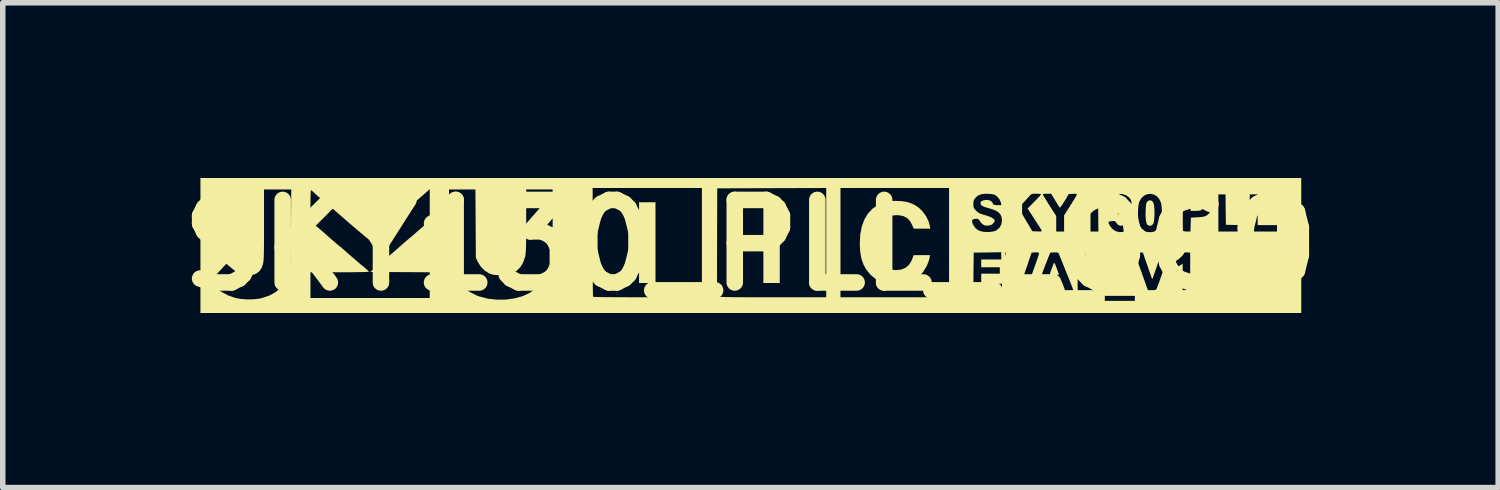
<source format=kicad_pcb>
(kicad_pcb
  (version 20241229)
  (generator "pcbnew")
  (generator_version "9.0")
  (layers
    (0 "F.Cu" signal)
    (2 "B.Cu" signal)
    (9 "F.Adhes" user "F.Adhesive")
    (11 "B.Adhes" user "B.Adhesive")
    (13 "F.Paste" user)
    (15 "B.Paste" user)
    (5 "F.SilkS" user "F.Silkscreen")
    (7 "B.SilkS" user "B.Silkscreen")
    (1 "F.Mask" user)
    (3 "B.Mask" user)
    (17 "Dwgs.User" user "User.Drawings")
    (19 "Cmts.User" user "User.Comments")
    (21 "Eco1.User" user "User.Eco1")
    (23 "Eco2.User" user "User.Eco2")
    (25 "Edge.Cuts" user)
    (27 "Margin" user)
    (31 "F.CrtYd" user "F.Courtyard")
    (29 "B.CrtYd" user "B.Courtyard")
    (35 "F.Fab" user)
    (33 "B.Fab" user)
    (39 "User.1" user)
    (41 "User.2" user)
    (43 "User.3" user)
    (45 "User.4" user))
  (footprint "SKY130_PLL_LOGO"
    (layer "F.Cu")
    (at 10.586 1.404)
    (property "Reference" "SKY130_PLL_LOGO" (at 0 0 0) (layer "F.SilkS") (effects (font (size 1.5 1.5) (thickness 0.3))))
    (attr board_only exclude_from_pos_files exclude_from_bom)
    (fp_poly (pts (xy -1.726 -0.045) (xy -1.726 0.688) (xy -1.875 0.688) (xy -2.025 0.688) (xy -2.025 -0.045) (xy -2.025 -0.779) (xy -1.875 -0.779) (xy -1.726 -0.779)) (stroke (width 0) (type solid)) (fill yes) (layer "F.SilkS"))
    (fp_poly (pts (xy 0.532 -0.045) (xy 0.532 0.688) (xy 0.383 0.688) (xy 0.234 0.688) (xy 0.234 -0.045) (xy 0.234 -0.779) (xy 0.383 -0.779) (xy 0.532 -0.779)) (stroke (width 0) (type solid)) (fill yes) (layer "F.SilkS"))
    (fp_poly (pts (xy 8.142 -0.804) (xy 8.174 -0.8) (xy 8.194 -0.792) (xy 8.21 -0.776) (xy 8.215 -0.771) (xy 8.238 -0.729) (xy 8.236 -0.692) (xy 8.21 -0.655) (xy 8.21 -0.655) (xy 8.189 -0.638) (xy 8.166 -0.628) (xy 8.131 -0.624) (xy 8.087 -0.623) (xy 7.995 -0.623) (xy 7.995 -0.714) (xy 7.995 -0.805) (xy 8.091 -0.805)) (stroke (width 0) (type solid)) (fill yes) (layer "F.SilkS"))
    (fp_poly (pts (xy 5.521 0.321) (xy 5.529 0.334) (xy 5.542 0.362) (xy 5.559 0.407) (xy 5.583 0.472) (xy 5.604 0.529) (xy 5.6 0.538) (xy 5.576 0.543) (xy 5.531 0.545) (xy 5.524 0.545) (xy 5.481 0.543) (xy 5.45 0.539) (xy 5.438 0.533) (xy 5.443 0.514) (xy 5.454 0.479) (xy 5.469 0.435) (xy 5.486 0.39) (xy 5.502 0.351) (xy 5.513 0.325) (xy 5.516 0.321)) (stroke (width 0) (type solid)) (fill yes) (layer "F.SilkS"))
    (fp_poly (pts (xy 7.279 -0.812) (xy 7.31 -0.788) (xy 7.32 -0.772) (xy 7.33 -0.737) (xy 7.337 -0.685) (xy 7.34 -0.621) (xy 7.34 -0.554) (xy 7.337 -0.489) (xy 7.33 -0.433) (xy 7.321 -0.394) (xy 7.316 -0.385) (xy 7.286 -0.357) (xy 7.249 -0.351) (xy 7.214 -0.367) (xy 7.212 -0.37) (xy 7.194 -0.403) (xy 7.183 -0.461) (xy 7.178 -0.543) (xy 7.18 -0.635) (xy 7.183 -0.699) (xy 7.188 -0.742) (xy 7.196 -0.77) (xy 7.208 -0.789) (xy 7.21 -0.791) (xy 7.244 -0.814)) (stroke (width 0) (type solid)) (fill yes) (layer "F.SilkS"))
    (fp_poly (pts (xy 2.74 -0.8) (xy 2.829 -0.787) (xy 2.909 -0.764) (xy 2.981 -0.731) (xy 3.06 -0.679) (xy 3.132 -0.606) (xy 3.193 -0.521) (xy 3.237 -0.429) (xy 3.256 -0.36) (xy 3.267 -0.299) (xy 3.117 -0.299) (xy 2.966 -0.299) (xy 2.941 -0.358) (xy 2.9 -0.436) (xy 2.847 -0.491) (xy 2.78 -0.527) (xy 2.697 -0.543) (xy 2.654 -0.545) (xy 2.569 -0.537) (xy 2.5 -0.515) (xy 2.441 -0.473) (xy 2.41 -0.441) (xy 2.372 -0.391) (xy 2.344 -0.342) (xy 2.325 -0.287) (xy 2.312 -0.221) (xy 2.306 -0.14) (xy 2.304 -0.045) (xy 2.306 0.054) (xy 2.311 0.132) (xy 2.321 0.195) (xy 2.339 0.247) (xy 2.364 0.292) (xy 2.398 0.337) (xy 2.405 0.345) (xy 2.465 0.402) (xy 2.531 0.437) (xy 2.608 0.452) (xy 2.648 0.454) (xy 2.74 0.443) (xy 2.817 0.411) (xy 2.879 0.359) (xy 2.926 0.284) (xy 2.94 0.248) (xy 2.964 0.182) (xy 3.113 0.182) (xy 3.261 0.182) (xy 3.252 0.237) (xy 3.242 0.276) (xy 3.224 0.327) (xy 3.201 0.381) (xy 3.198 0.387) (xy 3.137 0.487) (xy 3.058 0.573) (xy 2.967 0.641) (xy 2.931 0.66) (xy 2.847 0.693) (xy 2.755 0.714) (xy 2.663 0.725) (xy 2.58 0.722) (xy 2.563 0.719) (xy 2.536 0.713) (xy 2.495 0.705) (xy 2.466 0.699) (xy 2.365 0.667) (xy 2.269 0.612) (xy 2.181 0.539) (xy 2.176 0.533) (xy 2.106 0.447) (xy 2.053 0.353) (xy 2.016 0.247) (xy 1.994 0.126) (xy 1.986 -0.014) (xy 1.986 -0.039) (xy 1.995 -0.198) (xy 2.023 -0.341) (xy 2.069 -0.465) (xy 2.132 -0.572) (xy 2.214 -0.66) (xy 2.313 -0.729) (xy 2.411 -0.773) (xy 2.461 -0.789) (xy 2.51 -0.798) (xy 2.566 -0.803) (xy 2.635 -0.804)) (stroke (width 0) (type solid)) (fill yes) (layer "F.SilkS"))
    (fp_poly (pts (xy 10.007 0.006) (xy 10.007 1.233) (xy 0.006 1.233) (xy -9.994 1.233) (xy -9.994 0.668) (xy -9.826 0.668) (xy -9.732 0.756) (xy -9.617 0.846) (xy -9.488 0.915) (xy -9.357 0.96) (xy -9.258 0.978) (xy -9.146 0.986) (xy -9.031 0.984) (xy -8.923 0.972) (xy -8.872 0.961) (xy -8.871 0.96) (xy -7.995 0.96) (xy -6.911 0.96) (xy -5.828 0.96) (xy -5.828 0.727) (xy -5.828 0.493) (xy -6.368 0.49) (xy -6.908 0.487) (xy -6.696 0.306) (xy -6.629 0.248) (xy -6.564 0.193) (xy -6.507 0.144) (xy -6.46 0.104) (xy -6.428 0.076) (xy -6.424 0.072) (xy -6.337 -0.004) (xy -6.269 -0.064) (xy -6.217 -0.108) (xy -6.181 -0.138) (xy -6.16 -0.155) (xy -6.16 -0.155) (xy -6.134 -0.176) (xy -6.12 -0.189) (xy -6.105 -0.202) (xy -6.076 -0.229) (xy -6.034 -0.265) (xy -5.984 -0.308) (xy -5.967 -0.323) (xy -5.828 -0.443) (xy -5.828 -0.73) (xy -5.828 -1.012) (xy -5.478 -1.012) (xy -5.474 -0.36) (xy -5.47 0.292) (xy -5.433 0.402) (xy -5.375 0.544) (xy -5.3 0.666) (xy -5.21 0.768) (xy -5.102 0.85) (xy -4.977 0.914) (xy -4.922 0.934) (xy -4.769 0.973) (xy -4.606 0.991) (xy -4.439 0.989) (xy -4.283 0.966) (xy -4.145 0.929) (xy -4.024 0.875) (xy -3.917 0.803) (xy -3.828 0.719) (xy -3.764 0.641) (xy -3.714 0.556) (xy -3.672 0.456) (xy -3.666 0.44) (xy -3.65 0.39) (xy -3.636 0.342) (xy -3.625 0.291) (xy -3.616 0.235) (xy -3.609 0.171) (xy -3.604 0.098) (xy -3.6 0.01) (xy -3.598 -0.093) (xy -3.596 -0.214) (xy -3.595 -0.358) (xy -3.595 -0.458) (xy -3.595 -1.012) (xy -3.835 -1.012) (xy -4.075 -1.012) (xy -4.075 -0.438) (xy -4.076 -0.294) (xy -4.076 -0.174) (xy -4.077 -0.076) (xy -4.078 0.004) (xy -4.08 0.068) (xy -4.083 0.118) (xy -4.086 0.157) (xy -4.09 0.187) (xy -4.095 0.211) (xy -4.095 0.214) (xy -4.132 0.318) (xy -4.182 0.401) (xy -4.249 0.467) (xy -4.334 0.518) (xy -4.337 0.519) (xy -4.37 0.531) (xy -4.407 0.539) (xy -4.457 0.543) (xy -4.524 0.545) (xy -4.536 0.545) (xy -4.603 0.544) (xy -4.651 0.541) (xy -4.687 0.535) (xy -4.72 0.525) (xy -4.75 0.512) (xy -4.833 0.46) (xy -4.903 0.387) (xy -4.957 0.299) (xy -4.99 0.227) (xy -4.994 -0.393) (xy -4.998 -1.012) (xy -5.238 -1.012) (xy -5.478 -1.012) (xy -5.828 -1.012) (xy -5.828 -1.017) (xy -5.863 -0.985) (xy -5.892 -0.96) (xy -5.931 -0.925) (xy -5.965 -0.896) (xy -6.006 -0.86) (xy -6.057 -0.816) (xy -6.111 -0.77) (xy -6.132 -0.753) (xy -6.187 -0.706) (xy -6.246 -0.656) (xy -6.298 -0.61) (xy -6.313 -0.597) (xy -6.362 -0.554) (xy -6.413 -0.51) (xy -6.456 -0.473) (xy -6.458 -0.472) (xy -6.489 -0.446) (xy -6.534 -0.407) (xy -6.591 -0.358) (xy -6.653 -0.305) (xy -6.71 -0.255) (xy -6.769 -0.204) (xy -6.822 -0.16) (xy -6.866 -0.124) (xy -6.896 -0.101) (xy -6.911 -0.092) (xy -6.911 -0.092) (xy -6.927 -0.099) (xy -6.956 -0.12) (xy -6.994 -0.15) (xy -7.009 -0.162) (xy -7.059 -0.205) (xy -7.112 -0.249) (xy -7.156 -0.286) (xy -7.159 -0.289) (xy -7.187 -0.312) (xy -7.231 -0.35) (xy -7.287 -0.398) (xy -7.353 -0.456) (xy -7.425 -0.518) (xy -7.494 -0.578) (xy -7.568 -0.642) (xy -7.638 -0.702) (xy -7.701 -0.756) (xy -7.755 -0.802) (xy -7.795 -0.835) (xy -7.817 -0.854) (xy -7.86 -0.89) (xy -7.906 -0.931) (xy -7.924 -0.948) (xy -7.954 -0.976) (xy -7.977 -0.995) (xy -7.986 -0.999) (xy -7.989 -0.987) (xy -7.991 -0.952) (xy -7.993 -0.899) (xy -7.994 -0.831) (xy -7.995 -0.752) (xy -7.995 -0.717) (xy -7.995 -0.434) (xy -7.895 -0.35) (xy -7.841 -0.305) (xy -7.785 -0.257) (xy -7.736 -0.214) (xy -7.721 -0.201) (xy -7.633 -0.123) (xy -7.562 -0.061) (xy -7.509 -0.016) (xy -7.473 0.013) (xy -7.458 0.025) (xy -7.434 0.043) (xy -7.424 0.053) (xy -7.413 0.063) (xy -7.386 0.087) (xy -7.347 0.121) (xy -7.3 0.162) (xy -7.249 0.206) (xy -7.198 0.251) (xy -7.15 0.292) (xy -7.109 0.327) (xy -7.082 0.35) (xy -7.018 0.402) (xy -6.974 0.441) (xy -6.946 0.466) (xy -6.934 0.48) (xy -6.933 0.482) (xy -6.945 0.484) (xy -6.979 0.487) (xy -7.035 0.489) (xy -7.108 0.49) (xy -7.197 0.492) (xy -7.298 0.493) (xy -7.409 0.493) (xy -7.462 0.493) (xy -7.995 0.493) (xy -7.995 0.727) (xy -7.995 0.96) (xy -8.871 0.96) (xy -8.743 0.917) (xy -8.632 0.856) (xy -8.54 0.777) (xy -8.466 0.679) (xy -8.409 0.562) (xy -8.377 0.461) (xy -8.372 0.438) (xy -8.368 0.412) (xy -8.364 0.382) (xy -8.361 0.343) (xy -8.358 0.295) (xy -8.356 0.234) (xy -8.354 0.159) (xy -8.353 0.067) (xy -8.351 -0.044) (xy -8.35 -0.176) (xy -8.349 -0.321) (xy -8.344 -1.012) (xy -8.591 -1.012) (xy -8.839 -1.012) (xy -8.839 -0.366) (xy -8.839 -0.216) (xy -8.839 -0.09) (xy -8.84 0.015) (xy -8.841 0.101) (xy -8.842 0.17) (xy -8.844 0.225) (xy -8.847 0.268) (xy -8.85 0.301) (xy -8.854 0.326) (xy -8.858 0.346) (xy -8.86 0.351) (xy -8.885 0.419) (xy -8.916 0.467) (xy -8.959 0.503) (xy -8.989 0.52) (xy -9.026 0.535) (xy -9.061 0.543) (xy -9.105 0.544) (xy -9.148 0.542) (xy -9.207 0.537) (xy -9.256 0.526) (xy -9.302 0.507) (xy -9.35 0.477) (xy -9.409 0.433) (xy -9.431 0.415) (xy -9.524 0.339) (xy -9.587 0.407) (xy -9.625 0.448) (xy -9.672 0.5) (xy -9.721 0.552) (xy -9.738 0.572) (xy -9.826 0.668) (xy -9.994 0.668) (xy -9.994 0.006) (xy -9.994 -1.038) (xy -2.868 -1.038) (xy -2.868 -0.054) (xy -2.868 0.103) (xy -2.868 0.253) (xy -2.867 0.394) (xy -2.867 0.523) (xy -2.866 0.638) (xy -2.865 0.737) (xy -2.864 0.819) (xy -2.863 0.881) (xy -2.861 0.922) (xy -2.86 0.939) (xy -2.86 0.939) (xy -2.846 0.94) (xy -2.808 0.942) (xy -2.748 0.943) (xy -2.668 0.944) (xy -2.57 0.945) (xy -2.457 0.946) (xy -2.329 0.946) (xy -2.19 0.947) (xy -2.041 0.947) (xy -1.884 0.947) (xy -1.867 0.947) (xy -0.883 0.947) (xy -0.883 0.388) (xy -0.608 0.388) (xy -0.608 0.517) (xy -0.607 0.631) (xy -0.607 0.731) (xy -0.607 0.813) (xy -0.606 0.875) (xy -0.605 0.915) (xy -0.604 0.931) (xy -0.604 0.931) (xy -0.598 0.934) (xy -0.581 0.937) (xy -0.551 0.939) (xy -0.508 0.941) (xy -0.45 0.943) (xy -0.375 0.944) (xy -0.282 0.946) (xy -0.169 0.946) (xy -0.035 0.947) (xy 0.121 0.947) (xy 0.3 0.947) (xy 0.389 0.947) (xy 1.376 0.947) (xy 1.376 -0.046) (xy 1.376 -1.038) (xy 1.635 -1.038) (xy 1.635 -0.045) (xy 1.635 0.947) (xy 2.622 0.947) (xy 3.608 0.947) (xy 3.608 0.922) (xy 6.438 0.922) (xy 6.438 0.967) (xy 6.438 1.012) (xy 6.71 1.012) (xy 6.983 1.012) (xy 6.983 0.967) (xy 6.983 0.922) (xy 6.71 0.922) (xy 6.438 0.922) (xy 3.608 0.922) (xy 3.608 0.818) (xy 4.049 0.818) (xy 4.309 0.818) (xy 4.569 0.818) (xy 4.569 0.759) (xy 4.569 0.701) (xy 4.38 0.701) (xy 4.192 0.701) (xy 4.192 0.61) (xy 4.192 0.519) (xy 4.361 0.519) (xy 4.53 0.519) (xy 4.53 0.461) (xy 4.53 0.402) (xy 4.361 0.402) (xy 4.192 0.402) (xy 4.192 0.331) (xy 4.192 0.26) (xy 4.374 0.26) (xy 4.556 0.26) (xy 4.556 0.194) (xy 4.556 0.137) (xy 4.621 0.137) (xy 4.625 0.151) (xy 4.637 0.186) (xy 4.655 0.24) (xy 4.679 0.308) (xy 4.707 0.387) (xy 4.738 0.475) (xy 4.74 0.482) (xy 4.86 0.819) (xy 4.937 0.815) (xy 5.014 0.811) (xy 5.017 0.804) (xy 5.192 0.804) (xy 5.204 0.812) (xy 5.236 0.817) (xy 5.262 0.818) (xy 5.332 0.818) (xy 5.357 0.743) (xy 5.382 0.668) (xy 5.519 0.665) (xy 5.655 0.661) (xy 5.685 0.739) (xy 5.714 0.818) (xy 5.79 0.818) (xy 5.865 0.818) (xy 5.848 0.769) (xy 5.839 0.747) (xy 5.823 0.705) (xy 5.8 0.648) (xy 5.773 0.58) (xy 5.742 0.504) (xy 5.711 0.426) (xy 5.68 0.349) (xy 5.652 0.278) (xy 5.627 0.217) (xy 5.608 0.17) (xy 5.598 0.145) (xy 5.592 0.141) (xy 5.944 0.141) (xy 5.944 0.48) (xy 5.944 0.818) (xy 6.185 0.818) (xy 6.425 0.818) (xy 6.425 0.759) (xy 6.425 0.701) (xy 6.256 0.701) (xy 6.088 0.701) (xy 6.084 0.425) (xy 6.081 0.149) (xy 6.013 0.145) (xy 5.944 0.141) (xy 5.592 0.141) (xy 5.588 0.139) (xy 6.982 0.139) (xy 6.987 0.153) (xy 6.998 0.189) (xy 7.017 0.243) (xy 7.04 0.311) (xy 7.068 0.391) (xy 7.099 0.478) (xy 7.101 0.483) (xy 7.22 0.818) (xy 7.294 0.818) (xy 7.337 0.817) (xy 7.361 0.812) (xy 7.375 0.799) (xy 7.383 0.782) (xy 7.398 0.743) (xy 7.419 0.688) (xy 7.443 0.621) (xy 7.469 0.547) (xy 7.497 0.469) (xy 7.524 0.391) (xy 7.533 0.365) (xy 7.684 0.365) (xy 7.688 0.398) (xy 7.701 0.414) (xy 7.727 0.411) (xy 7.769 0.391) (xy 7.791 0.377) (xy 7.852 0.338) (xy 7.852 0.579) (xy 7.852 0.819) (xy 7.92 0.815) (xy 7.989 0.811) (xy 7.989 0.474) (xy 7.989 0.136) (xy 7.933 0.132) (xy 7.899 0.133) (xy 7.88 0.138) (xy 7.878 0.142) (xy 7.869 0.163) (xy 7.844 0.194) (xy 7.809 0.229) (xy 7.77 0.261) (xy 7.74 0.281) (xy 7.706 0.303) (xy 7.689 0.322) (xy 7.684 0.348) (xy 7.684 0.365) (xy 7.533 0.365) (xy 7.55 0.318) (xy 7.572 0.253) (xy 7.59 0.2) (xy 7.601 0.164) (xy 7.606 0.148) (xy 7.606 0.148) (xy 7.597 0.136) (xy 7.569 0.131) (xy 7.538 0.13) (xy 7.469 0.13) (xy 7.386 0.377) (xy 7.361 0.451) (xy 7.338 0.516) (xy 7.32 0.568) (xy 7.306 0.604) (xy 7.3 0.619) (xy 7.299 0.619) (xy 7.294 0.606) (xy 7.282 0.573) (xy 7.264 0.522) (xy 7.241 0.458) (xy 7.216 0.385) (xy 7.213 0.376) (xy 7.13 0.136) (xy 7.056 0.132) (xy 7.016 0.132) (xy 6.99 0.135) (xy 6.982 0.139) (xy 5.588 0.139) (xy 5.582 0.135) (xy 5.544 0.132) (xy 5.519 0.132) (xy 5.447 0.136) (xy 5.423 0.195) (xy 5.383 0.296) (xy 5.344 0.396) (xy 5.307 0.492) (xy 5.274 0.58) (xy 5.244 0.658) (xy 5.22 0.722) (xy 5.203 0.769) (xy 5.193 0.797) (xy 5.192 0.804) (xy 5.017 0.804) (xy 5.069 0.655) (xy 5.097 0.578) (xy 5.128 0.488) (xy 5.16 0.398) (xy 5.184 0.332) (xy 5.206 0.269) (xy 5.224 0.215) (xy 5.237 0.173) (xy 5.243 0.149) (xy 5.244 0.147) (xy 5.237 0.136) (xy 5.213 0.132) (xy 5.175 0.132) (xy 5.107 0.136) (xy 5.024 0.383) (xy 4.998 0.456) (xy 4.976 0.52) (xy 4.957 0.57) (xy 4.943 0.604) (xy 4.936 0.616) (xy 4.935 0.616) (xy 4.93 0.6) (xy 4.917 0.564) (xy 4.899 0.511) (xy 4.876 0.446) (xy 4.851 0.373) (xy 4.85 0.37) (xy 4.769 0.136) (xy 4.695 0.132) (xy 4.655 0.132) (xy 4.628 0.134) (xy 4.621 0.137) (xy 4.556 0.137) (xy 4.556 0.129) (xy 4.306 0.133) (xy 4.056 0.136) (xy 4.052 0.477) (xy 4.049 0.818) (xy 3.608 0.818) (xy 3.608 -0.045) (xy 3.608 -0.429) (xy 4.025 -0.429) (xy 4.039 -0.384) (xy 4.049 -0.364) (xy 4.09 -0.306) (xy 4.146 -0.266) (xy 4.217 -0.244) (xy 4.308 -0.238) (xy 4.323 -0.238) (xy 4.394 -0.245) (xy 4.402 -0.247) (xy 4.685 -0.247) (xy 4.757 -0.247) (xy 4.828 -0.247) (xy 4.828 -0.348) (xy 4.828 -0.449) (xy 4.884 -0.504) (xy 4.94 -0.559) (xy 5.03 -0.406) (xy 5.121 -0.253) (xy 5.21 -0.249) (xy 5.257 -0.248) (xy 5.283 -0.25) (xy 5.292 -0.256) (xy 5.291 -0.265) (xy 5.282 -0.281) (xy 5.261 -0.316) (xy 5.231 -0.364) (xy 5.193 -0.422) (xy 5.159 -0.474) (xy 5.035 -0.665) (xy 5.155 -0.787) (xy 5.201 -0.834) (xy 5.239 -0.874) (xy 5.266 -0.904) (xy 5.279 -0.92) (xy 5.312 -0.92) (xy 5.313 -0.916) (xy 5.322 -0.9) (xy 5.342 -0.866) (xy 5.372 -0.818) (xy 5.408 -0.76) (xy 5.437 -0.714) (xy 5.555 -0.529) (xy 5.555 -0.388) (xy 5.555 -0.247) (xy 5.626 -0.247) (xy 5.698 -0.247) (xy 5.698 -0.394) (xy 5.698 -0.541) (xy 5.799 -0.7) (xy 6.009 -0.7) (xy 6.013 -0.666) (xy 6.027 -0.65) (xy 6.053 -0.653) (xy 6.094 -0.674) (xy 6.117 -0.688) (xy 6.178 -0.726) (xy 6.178 -0.486) (xy 6.178 -0.247) (xy 6.25 -0.247) (xy 6.321 -0.247) (xy 6.319 -0.423) (xy 6.505 -0.423) (xy 6.506 -0.407) (xy 6.517 -0.377) (xy 6.529 -0.354) (xy 6.574 -0.295) (xy 6.633 -0.255) (xy 6.701 -0.236) (xy 6.773 -0.24) (xy 6.841 -0.264) (xy 6.897 -0.306) (xy 6.935 -0.36) (xy 6.954 -0.422) (xy 6.953 -0.486) (xy 6.931 -0.542) (xy 6.915 -0.562) (xy 7.041 -0.562) (xy 7.045 -0.485) (xy 7.054 -0.418) (xy 7.067 -0.367) (xy 7.07 -0.362) (xy 7.108 -0.303) (xy 7.16 -0.258) (xy 7.19 -0.243) (xy 7.228 -0.236) (xy 7.276 -0.236) (xy 7.319 -0.242) (xy 7.337 -0.248) (xy 7.398 -0.293) (xy 7.442 -0.356) (xy 7.457 -0.394) (xy 7.464 -0.432) (xy 7.854 -0.432) (xy 7.855 -0.363) (xy 7.856 -0.309) (xy 7.857 -0.274) (xy 7.858 -0.263) (xy 7.875 -0.252) (xy 7.913 -0.247) (xy 7.929 -0.247) (xy 7.994 -0.247) (xy 7.998 -0.373) (xy 8.002 -0.5) (xy 8.127 -0.506) (xy 8.199 -0.512) (xy 8.251 -0.522) (xy 8.29 -0.54) (xy 8.323 -0.568) (xy 8.351 -0.602) (xy 8.371 -0.647) (xy 8.379 -0.705) (xy 8.375 -0.767) (xy 8.359 -0.821) (xy 8.348 -0.841) (xy 8.323 -0.872) (xy 8.296 -0.894) (xy 8.263 -0.91) (xy 8.218 -0.92) (xy 8.198 -0.922) (xy 8.501 -0.922) (xy 8.501 -0.584) (xy 8.501 -0.247) (xy 8.741 -0.247) (xy 8.982 -0.247) (xy 8.982 -0.305) (xy 8.982 -0.363) (xy 8.81 -0.366) (xy 8.638 -0.37) (xy 8.634 -0.646) (xy 8.631 -0.922) (xy 9.072 -0.922) (xy 9.072 -0.584) (xy 9.072 -0.247) (xy 9.319 -0.247) (xy 9.566 -0.247) (xy 9.566 -0.305) (xy 9.566 -0.363) (xy 9.39 -0.363) (xy 9.215 -0.363) (xy 9.215 -0.642) (xy 9.215 -0.922) (xy 9.144 -0.922) (xy 9.072 -0.922) (xy 8.631 -0.922) (xy 8.566 -0.922) (xy 8.501 -0.922) (xy 8.198 -0.922) (xy 8.159 -0.925) (xy 8.079 -0.927) (xy 8.047 -0.927) (xy 7.859 -0.928) (xy 7.855 -0.604) (xy 7.855 -0.514) (xy 7.854 -0.432) (xy 7.464 -0.432) (xy 7.468 -0.453) (xy 7.474 -0.527) (xy 7.475 -0.608) (xy 7.471 -0.686) (xy 7.462 -0.753) (xy 7.456 -0.775) (xy 7.425 -0.842) (xy 7.381 -0.89) (xy 7.327 -0.92) (xy 7.267 -0.932) (xy 7.208 -0.925) (xy 7.152 -0.9) (xy 7.103 -0.856) (xy 7.068 -0.794) (xy 7.059 -0.77) (xy 7.048 -0.712) (xy 7.042 -0.64) (xy 7.041 -0.562) (xy 6.915 -0.562) (xy 6.905 -0.574) (xy 6.876 -0.597) (xy 6.873 -0.599) (xy 6.841 -0.614) (xy 6.879 -0.651) (xy 6.915 -0.702) (xy 6.926 -0.758) (xy 6.916 -0.812) (xy 6.883 -0.863) (xy 6.83 -0.903) (xy 6.827 -0.905) (xy 6.757 -0.929) (xy 6.688 -0.93) (xy 6.624 -0.909) (xy 6.571 -0.868) (xy 6.54 -0.824) (xy 6.524 -0.79) (xy 6.517 -0.765) (xy 6.519 -0.758) (xy 6.536 -0.751) (xy 6.569 -0.742) (xy 6.581 -0.74) (xy 6.615 -0.735) (xy 6.633 -0.74) (xy 6.644 -0.757) (xy 6.647 -0.764) (xy 6.667 -0.8) (xy 6.698 -0.815) (xy 6.724 -0.817) (xy 6.762 -0.809) (xy 6.783 -0.782) (xy 6.788 -0.744) (xy 6.777 -0.703) (xy 6.747 -0.673) (xy 6.707 -0.662) (xy 6.688 -0.657) (xy 6.684 -0.651) (xy 6.682 -0.631) (xy 6.676 -0.599) (xy 6.676 -0.599) (xy 6.672 -0.573) (xy 6.679 -0.561) (xy 6.703 -0.558) (xy 6.72 -0.558) (xy 6.77 -0.549) (xy 6.802 -0.522) (xy 6.816 -0.476) (xy 6.818 -0.454) (xy 6.809 -0.401) (xy 6.784 -0.367) (xy 6.743 -0.353) (xy 6.724 -0.353) (xy 6.687 -0.362) (xy 6.661 -0.387) (xy 6.652 -0.4) (xy 6.633 -0.426) (xy 6.613 -0.437) (xy 6.582 -0.438) (xy 6.57 -0.437) (xy 6.534 -0.432) (xy 6.509 -0.425) (xy 6.505 -0.423) (xy 6.319 -0.423) (xy 6.318 -0.587) (xy 6.314 -0.928) (xy 6.259 -0.932) (xy 6.224 -0.932) (xy 6.206 -0.926) (xy 6.204 -0.923) (xy 6.194 -0.901) (xy 6.169 -0.87) (xy 6.134 -0.835) (xy 6.095 -0.803) (xy 6.066 -0.784) (xy 6.032 -0.761) (xy 6.015 -0.742) (xy 6.01 -0.716) (xy 6.009 -0.7) (xy 5.799 -0.7) (xy 5.815 -0.725) (xy 5.853 -0.786) (xy 5.887 -0.841) (xy 5.912 -0.884) (xy 5.928 -0.913) (xy 5.931 -0.922) (xy 5.919 -0.93) (xy 5.885 -0.933) (xy 5.857 -0.932) (xy 5.782 -0.928) (xy 5.707 -0.801) (xy 5.676 -0.752) (xy 5.649 -0.712) (xy 5.63 -0.687) (xy 5.621 -0.681) (xy 5.61 -0.694) (xy 5.59 -0.725) (xy 5.563 -0.768) (xy 5.537 -0.811) (xy 5.463 -0.934) (xy 5.384 -0.934) (xy 5.34 -0.933) (xy 5.317 -0.929) (xy 5.312 -0.92) (xy 5.279 -0.92) (xy 5.28 -0.921) (xy 5.28 -0.922) (xy 5.271 -0.928) (xy 5.241 -0.933) (xy 5.195 -0.934) (xy 5.194 -0.934) (xy 5.145 -0.934) (xy 5.115 -0.93) (xy 5.094 -0.919) (xy 5.075 -0.901) (xy 5.068 -0.892) (xy 5.036 -0.856) (xy 4.997 -0.813) (xy 4.955 -0.768) (xy 4.915 -0.725) (xy 4.879 -0.688) (xy 4.852 -0.661) (xy 4.838 -0.649) (xy 4.837 -0.649) (xy 4.833 -0.661) (xy 4.831 -0.694) (xy 4.829 -0.742) (xy 4.828 -0.792) (xy 4.828 -0.936) (xy 4.76 -0.932) (xy 4.692 -0.928) (xy 4.688 -0.587) (xy 4.685 -0.247) (xy 4.402 -0.247) (xy 4.446 -0.258) (xy 4.466 -0.268) (xy 4.523 -0.314) (xy 4.557 -0.374) (xy 4.569 -0.446) (xy 4.569 -0.448) (xy 4.562 -0.511) (xy 4.539 -0.562) (xy 4.498 -0.603) (xy 4.436 -0.637) (xy 4.352 -0.665) (xy 4.335 -0.669) (xy 4.266 -0.689) (xy 4.219 -0.708) (xy 4.191 -0.728) (xy 4.18 -0.75) (xy 4.179 -0.759) (xy 4.183 -0.784) (xy 4.199 -0.801) (xy 4.232 -0.813) (xy 4.253 -0.818) (xy 4.311 -0.822) (xy 4.359 -0.808) (xy 4.393 -0.779) (xy 4.4 -0.766) (xy 4.411 -0.743) (xy 4.426 -0.732) (xy 4.453 -0.727) (xy 4.487 -0.727) (xy 4.559 -0.727) (xy 4.551 -0.769) (xy 4.525 -0.832) (xy 4.476 -0.888) (xy 4.46 -0.901) (xy 4.43 -0.917) (xy 4.388 -0.927) (xy 4.328 -0.932) (xy 4.326 -0.933) (xy 4.243 -0.932) (xy 4.179 -0.921) (xy 4.128 -0.897) (xy 4.09 -0.862) (xy 4.065 -0.83) (xy 4.053 -0.799) (xy 4.05 -0.757) (xy 4.049 -0.746) (xy 4.051 -0.702) (xy 4.06 -0.672) (xy 4.081 -0.644) (xy 4.1 -0.625) (xy 4.13 -0.598) (xy 4.162 -0.578) (xy 4.204 -0.562) (xy 4.264 -0.544) (xy 4.265 -0.544) (xy 4.339 -0.52) (xy 4.395 -0.494) (xy 4.429 -0.467) (xy 4.439 -0.443) (xy 4.431 -0.425) (xy 4.412 -0.399) (xy 4.409 -0.395) (xy 4.376 -0.369) (xy 4.329 -0.356) (xy 4.322 -0.355) (xy 4.26 -0.357) (xy 4.214 -0.38) (xy 4.177 -0.424) (xy 4.173 -0.432) (xy 4.148 -0.465) (xy 4.118 -0.48) (xy 4.075 -0.477) (xy 4.053 -0.472) (xy 4.03 -0.457) (xy 4.025 -0.429) (xy 3.608 -0.429) (xy 3.608 -1.038) (xy 2.622 -1.038) (xy 1.635 -1.038) (xy 1.376 -1.038) (xy 1.376 -1.038) (xy 0.386 -1.035) (xy -0.604 -1.032) (xy -0.607 -0.058) (xy -0.607 0.098) (xy -0.608 0.248) (xy -0.608 0.388) (xy -0.883 0.388) (xy -0.883 -0.045) (xy -0.883 -1.038) (xy -1.875 -1.038) (xy -2.868 -1.038) (xy -9.994 -1.038) (xy -9.994 -1.22) (xy 0.006 -1.22) (xy 10.007 -1.22)) (stroke (width 0) (type solid)) (fill yes) (layer "F.SilkS")))
  (gr_rect
    (start -3 -3)
    (end 24.171 5.808)
    (stroke (width 0.1) (type default))
    (fill no)
    (layer "Edge.Cuts")))
</source>
